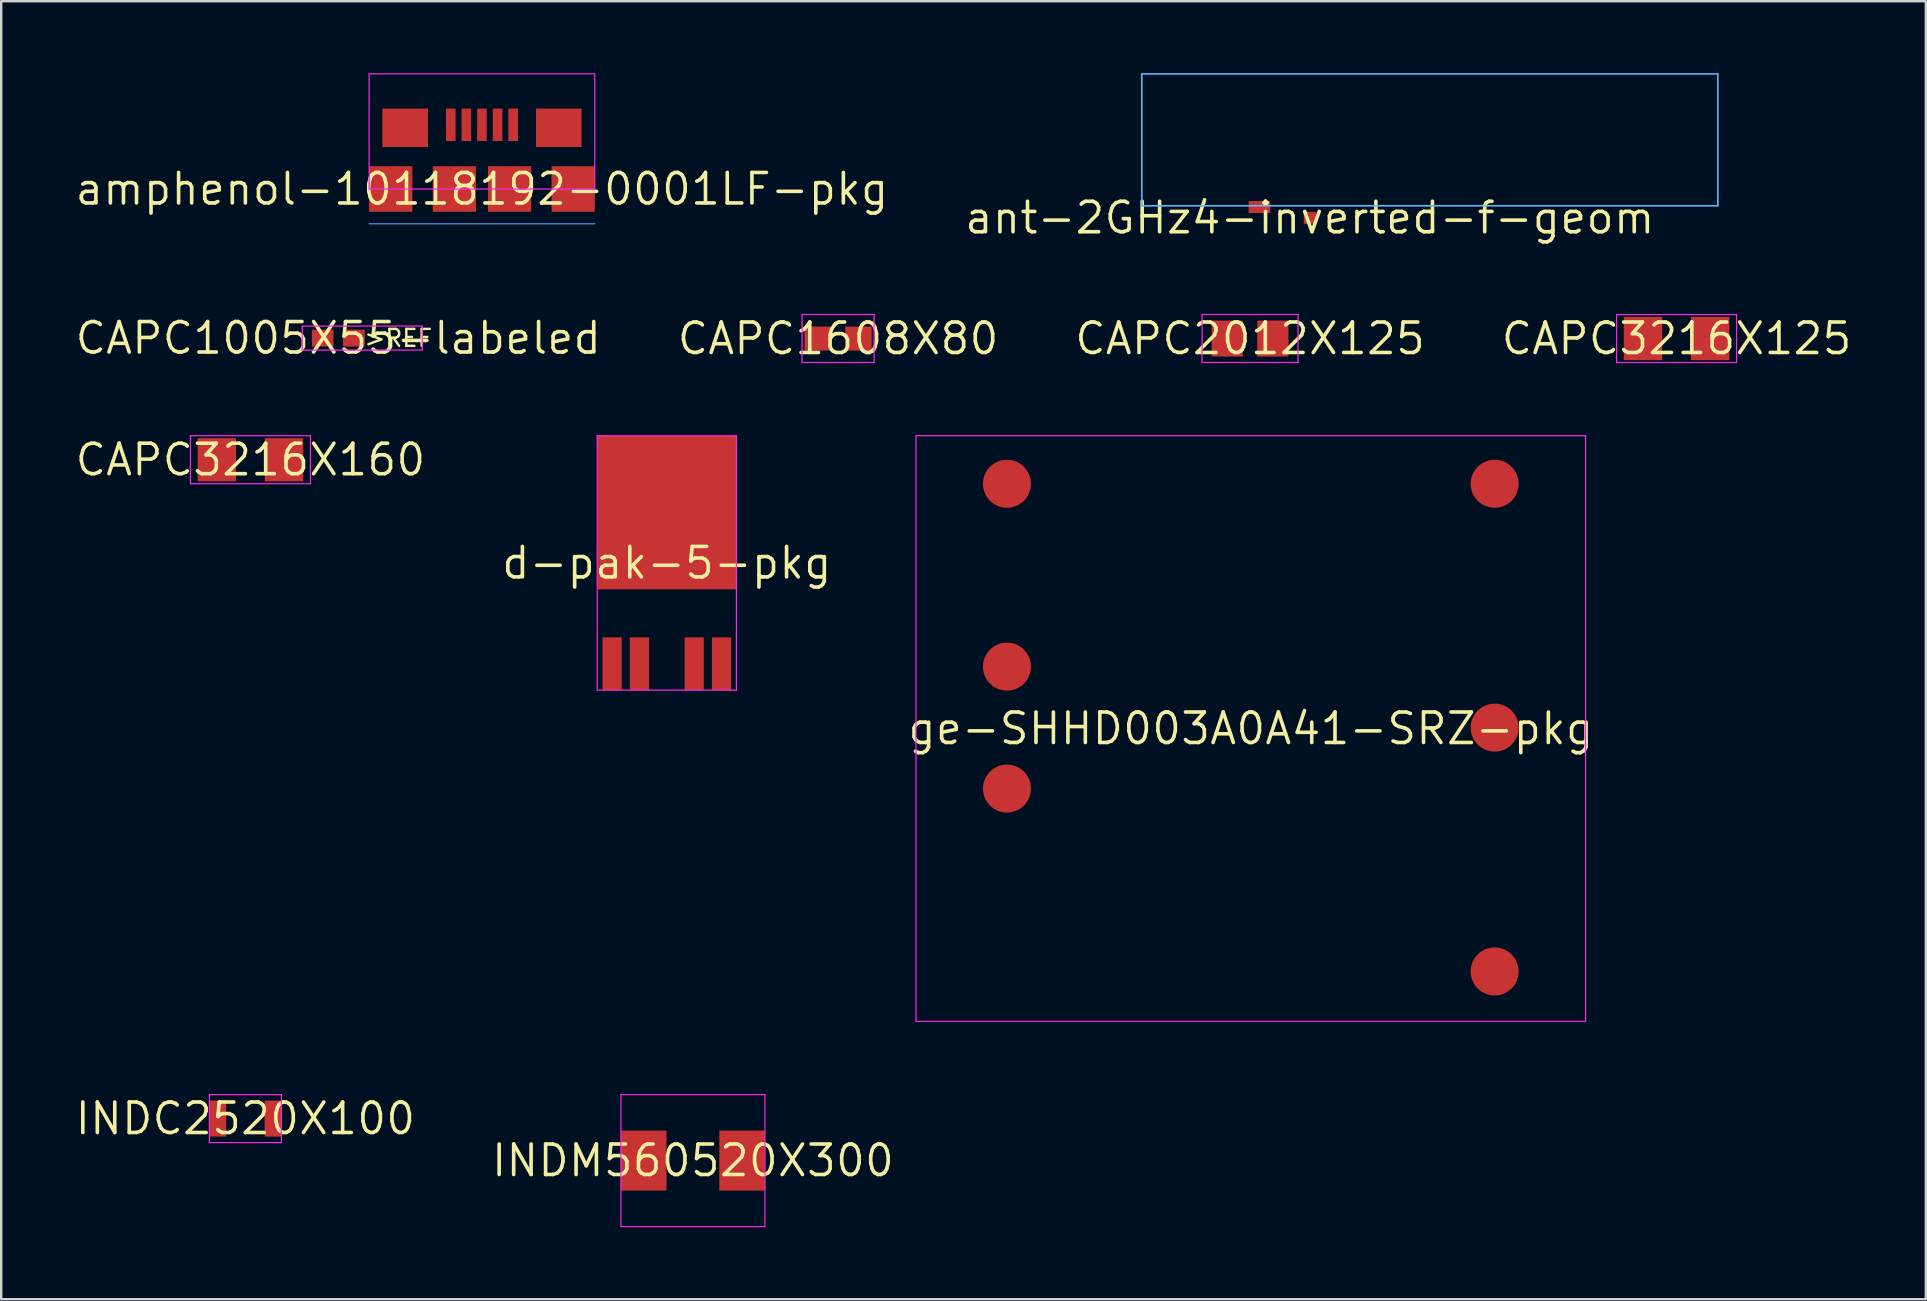
<source format=kicad_pcb>
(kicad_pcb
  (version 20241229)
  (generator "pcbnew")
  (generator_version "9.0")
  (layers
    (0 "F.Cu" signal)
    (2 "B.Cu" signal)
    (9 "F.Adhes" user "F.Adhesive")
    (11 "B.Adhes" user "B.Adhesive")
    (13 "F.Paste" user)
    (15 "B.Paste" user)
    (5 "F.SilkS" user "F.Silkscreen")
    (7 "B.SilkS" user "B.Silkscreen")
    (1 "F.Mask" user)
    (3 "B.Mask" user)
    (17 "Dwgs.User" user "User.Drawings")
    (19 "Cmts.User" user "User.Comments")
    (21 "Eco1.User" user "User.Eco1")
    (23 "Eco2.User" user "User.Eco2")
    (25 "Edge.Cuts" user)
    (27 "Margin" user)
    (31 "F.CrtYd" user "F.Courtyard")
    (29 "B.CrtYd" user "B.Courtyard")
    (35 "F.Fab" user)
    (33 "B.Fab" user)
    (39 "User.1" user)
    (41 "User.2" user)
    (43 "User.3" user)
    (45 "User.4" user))
  (footprint "CAPC2012X125"
    (layer "F.Cu")
    (at 49.035 11.056)
    (property "Reference" "CAPC2012X125" (at 0 0 0) (layer "F.SilkS") (effects (font (size 1.27 1.27) (thickness 0.15))))
    (attr through_hole)
    (fp_line (start -2 -1) (end -2 1) (stroke (width 0.05) (type solid)) (layer "F.CrtYd"))
    (fp_line (start -2 1) (end 2 1) (stroke (width 0.05) (type solid)) (layer "F.CrtYd"))
    (fp_line (start 2 -1) (end -2 -1) (stroke (width 0.05) (type solid)) (layer "F.CrtYd"))
    (fp_line (start 2 1) (end 2 -1) (stroke (width 0.05) (type solid)) (layer "F.CrtYd"))
    (pad "0" smd rect (at -0.95 0) (size 1.3 1.5) (layers "F.Cu" "F.Mask" "F.Paste"))
    (pad "1" smd rect (at 0.95 0) (size 1.3 1.5) (layers "F.Cu" "F.Mask" "F.Paste")))
  (footprint "CAPC3216X125"
    (layer "F.Cu")
    (at 66.806 11.056)
    (property "Reference" "CAPC3216X125" (at 0 0 0) (layer "F.SilkS") (effects (font (size 1.27 1.27) (thickness 0.15))))
    (attr through_hole)
    (fp_line (start -2.5 -1) (end -2.5 1) (stroke (width 0.05) (type solid)) (layer "F.CrtYd"))
    (fp_line (start -2.5 1) (end 2.5 1) (stroke (width 0.05) (type solid)) (layer "F.CrtYd"))
    (fp_line (start 2.5 -1) (end -2.5 -1) (stroke (width 0.05) (type solid)) (layer "F.CrtYd"))
    (fp_line (start 2.5 1) (end 2.5 -1) (stroke (width 0.05) (type solid)) (layer "F.CrtYd"))
    (pad "0" smd rect (at -1.4 0) (size 1.6 1.8) (layers "F.Cu" "F.Mask" "F.Paste"))
    (pad "1" smd rect (at 1.4 0) (size 1.6 1.8) (layers "F.Cu" "F.Mask" "F.Paste")))
  (footprint "d-pak-5-pkg"
    (layer "F.Cu")
    (at 24.733 20.406)
    (property "Reference" "d-pak-5-pkg" (at 0 0 0) (layer "F.SilkS") (effects (font (size 1.27 1.27) (thickness 0.15))))
    (attr through_hole)
    (fp_line (start -2.9 -5.3) (end -2.9 5.3) (stroke (width 0.05) (type solid)) (layer "F.CrtYd"))
    (fp_line (start -2.9 5.3) (end 2.9 5.3) (stroke (width 0.05) (type solid)) (layer "F.CrtYd"))
    (fp_line (start 2.9 -5.3) (end -2.9 -5.3) (stroke (width 0.05) (type solid)) (layer "F.CrtYd"))
    (fp_line (start 2.9 5.3) (end 2.9 -5.3) (stroke (width 0.05) (type solid)) (layer "F.CrtYd"))
    (pad "0" smd rect (at -2.28 4.2) (size 0.8 2.2) (layers "F.Cu" "F.Mask" "F.Paste"))
    (pad "1" smd rect (at -1.14 4.2) (size 0.8 2.2) (layers "F.Cu" "F.Mask" "F.Paste"))
    (pad "2" smd rect (at 0 -2.1) (size 5.8 6.4) (layers "F.Cu" "F.Mask" "F.Paste"))
    (pad "3" smd rect (at 1.14 4.2) (size 0.8 2.2) (layers "F.Cu" "F.Mask" "F.Paste"))
    (pad "4" smd rect (at 2.28 4.2) (size 0.8 2.2) (layers "F.Cu" "F.Mask" "F.Paste")))
  (footprint "CAPC1608X80"
    (layer "F.Cu")
    (at 31.869 11.056)
    (property "Reference" "CAPC1608X80" (at 0 0 0) (layer "F.SilkS") (effects (font (size 1.27 1.27) (thickness 0.15))))
    (attr through_hole)
    (fp_line (start -1.5 -1) (end -1.5 1) (stroke (width 0.05) (type solid)) (layer "F.CrtYd"))
    (fp_line (start -1.5 1) (end 1.5 1) (stroke (width 0.05) (type solid)) (layer "F.CrtYd"))
    (fp_line (start 1.5 -1) (end -1.5 -1) (stroke (width 0.05) (type solid)) (layer "F.CrtYd"))
    (fp_line (start 1.5 1) (end 1.5 -1) (stroke (width 0.05) (type solid)) (layer "F.CrtYd"))
    (pad "0" smd rect (at -0.85 0) (size 1.1 1) (layers "F.Cu" "F.Mask" "F.Paste"))
    (pad "1" smd rect (at 0.85 0) (size 1.1 1) (layers "F.Cu" "F.Mask" "F.Paste")))
  (footprint "CAPC1005X55-labeled"
    (layer "F.Cu")
    (at 11.044 11.037)
    (property "Reference" "CAPC1005X55-labeled" (at 0 0 0) (layer "F.SilkS") (effects (font (size 1.27 1.27) (thickness 0.15))))
    (attr through_hole)
    (fp_line (start -1.5 -0.5) (end -1.5 0.5) (stroke (width 0.05) (type solid)) (layer "F.CrtYd"))
    (fp_line (start -1.5 0.5) (end 3.5 0.5) (stroke (width 0.05) (type solid)) (layer "F.CrtYd"))
    (fp_line (start 3.5 -0.5) (end -1.5 -0.5) (stroke (width 0.05) (type solid)) (layer "F.CrtYd"))
    (fp_line (start 3.5 0.5) (end 3.5 -0.5) (stroke (width 0.05) (type solid)) (layer "F.CrtYd"))
    (fp_text user ">REF" (at 2.5 0 0) (layer "F.SilkS") (effects (font (size 0.706 0.706) (thickness 0.1))))
    (pad "0" smd rect (at -0.65 0) (size 0.9 0.7) (layers "F.Cu" "F.Mask" "F.Paste"))
    (pad "1" smd rect (at 0.65 0) (size 0.9 0.7) (layers "F.Cu" "F.Mask" "F.Paste")))
  (footprint "INDM560520X300"
    (layer "F.Cu")
    (at 25.821 45.306)
    (property "Reference" "INDM560520X300" (at 0 0 0) (layer "F.SilkS") (effects (font (size 1.27 1.27) (thickness 0.15))))
    (attr through_hole)
    (fp_line (start -3 -2.75) (end -3 2.75) (stroke (width 0.05) (type solid)) (layer "F.CrtYd"))
    (fp_line (start -3 2.75) (end 3 2.75) (stroke (width 0.05) (type solid)) (layer "F.CrtYd"))
    (fp_line (start 3 -2.75) (end -3 -2.75) (stroke (width 0.05) (type solid)) (layer "F.CrtYd"))
    (fp_line (start 3 2.75) (end 3 -2.75) (stroke (width 0.05) (type solid)) (layer "F.CrtYd"))
    (pad "0" smd rect (at -2.047 0) (size 1.895 2.5) (layers "F.Cu" "F.Mask" "F.Paste"))
    (pad "1" smd rect (at 2.047 0) (size 1.895 2.5) (layers "F.Cu" "F.Mask" "F.Paste")))
  (footprint "CAPC3216X160"
    (layer "F.Cu")
    (at 7.385 16.106)
    (property "Reference" "CAPC3216X160" (at 0 0 0) (layer "F.SilkS") (effects (font (size 1.27 1.27) (thickness 0.15))))
    (attr through_hole)
    (fp_line (start -2.5 -1) (end -2.5 1) (stroke (width 0.05) (type solid)) (layer "F.CrtYd"))
    (fp_line (start -2.5 1) (end 2.5 1) (stroke (width 0.05) (type solid)) (layer "F.CrtYd"))
    (fp_line (start 2.5 -1) (end -2.5 -1) (stroke (width 0.05) (type solid)) (layer "F.CrtYd"))
    (fp_line (start 2.5 1) (end 2.5 -1) (stroke (width 0.05) (type solid)) (layer "F.CrtYd"))
    (pad "0" smd rect (at -1.4 0) (size 1.6 1.8) (layers "F.Cu" "F.Mask" "F.Paste"))
    (pad "1" smd rect (at 1.4 0) (size 1.6 1.8) (layers "F.Cu" "F.Mask" "F.Paste")))
  (footprint "ant-2GHz4-inverted-f-geom"
    (layer "F.Cu")
    (at 51.524 6.025)
    (property "Reference" "ant-2GHz4-inverted-f-geom" (at 0 0 0) (layer "F.SilkS") (effects (font (size 1.27 1.27) (thickness 0.15))))
    (attr through_hole)
    (fp_line (start -7 -6) (end 17 -6) (stroke (width 0.05) (type solid)) (layer "Cmts.User"))
    (fp_line (start -7 -6) (end -7 -0.5) (stroke (width 0.05) (type solid)) (layer "B.CrtYd"))
    (fp_line (start -7 -0.5) (end 17 -0.5) (stroke (width 0.05) (type solid)) (layer "B.CrtYd"))
    (fp_line (start 17 -6) (end -7 -6) (stroke (width 0.05) (type solid)) (layer "B.CrtYd"))
    (fp_line (start 17 -0.5) (end 17 -6) (stroke (width 0.05) (type solid)) (layer "B.CrtYd"))
    (fp_line (start -7 -6) (end -7 -0.5) (stroke (width 0.05) (type solid)) (layer "F.CrtYd"))
    (fp_line (start -7 -0.5) (end 17 -0.5) (stroke (width 0.05) (type solid)) (layer "F.CrtYd"))
    (fp_line (start 17 -6) (end -7 -6) (stroke (width 0.05) (type solid)) (layer "F.CrtYd"))
    (fp_line (start 17 -0.5) (end 17 -6) (stroke (width 0.05) (type solid)) (layer "F.CrtYd"))
    (pad "0" smd rect (at 0 0) (size 0.5 0.5) (layers "F.Cu" "F.Mask" "F.Paste"))
    (pad "1" smd rect (at -2.1 -0.45) (size 0.9 0.5) (layers "F.Cu" "F.Mask" "F.Paste")))
  (footprint "INDC2520X100"
    (layer "F.Cu")
    (at 7.174 43.556)
    (property "Reference" "INDC2520X100" (at 0 0 0) (layer "F.SilkS") (effects (font (size 1.27 1.27) (thickness 0.15))))
    (attr through_hole)
    (fp_line (start -1.5 -1) (end -1.5 1) (stroke (width 0.05) (type solid)) (layer "F.CrtYd"))
    (fp_line (start -1.5 1) (end 1.5 1) (stroke (width 0.05) (type solid)) (layer "F.CrtYd"))
    (fp_line (start 1.5 -1) (end -1.5 -1) (stroke (width 0.05) (type solid)) (layer "F.CrtYd"))
    (fp_line (start 1.5 1) (end 1.5 -1) (stroke (width 0.05) (type solid)) (layer "F.CrtYd"))
    (pad "0" smd rect (at -1.15 0) (size 0.7 1.5) (layers "F.Cu" "F.Mask" "F.Paste"))
    (pad "1" smd rect (at 1.15 0) (size 0.7 1.5) (layers "F.Cu" "F.Mask" "F.Paste")))
  (footprint "ge-SHHD003A0A41-SRZ-pkg"
    (layer "F.Cu")
    (at 49.065 27.306)
    (property "Reference" "ge-SHHD003A0A41-SRZ-pkg" (at 0 0 0) (layer "F.SilkS") (effects (font (size 1.27 1.27) (thickness 0.15))))
    (attr through_hole)
    (fp_line (start -13.95 -12.2) (end -13.95 12.2) (stroke (width 0.05) (type solid)) (layer "F.CrtYd"))
    (fp_line (start -13.95 12.2) (end 13.95 12.2) (stroke (width 0.05) (type solid)) (layer "F.CrtYd"))
    (fp_line (start 13.95 -12.2) (end -13.95 -12.2) (stroke (width 0.05) (type solid)) (layer "F.CrtYd"))
    (fp_line (start 13.95 12.2) (end 13.95 -12.2) (stroke (width 0.05) (type solid)) (layer "F.CrtYd"))
    (pad "0" smd circle (at -10.16 2.5) (size 2 2) (layers "F.Cu" "F.Mask" "F.Paste"))
    (pad "1" smd circle (at -10.16 -2.58) (size 2 2) (layers "F.Cu" "F.Mask" "F.Paste"))
    (pad "2" smd circle (at -10.16 -10.2) (size 2 2) (layers "F.Cu" "F.Mask" "F.Paste"))
    (pad "3" smd circle (at 10.16 -10.2) (size 2 2) (layers "F.Cu" "F.Mask" "F.Paste"))
    (pad "4" smd circle (at 10.16 -0.04) (size 2 2) (layers "F.Cu" "F.Mask" "F.Paste"))
    (pad "5" smd circle (at 10.16 10.12) (size 2 2) (layers "F.Cu" "F.Mask" "F.Paste")))
  (footprint "amphenol-10118192-0001LF-pkg"
    (layer "F.Cu")
    (at 17.031 4.825)
    (property "Reference" "amphenol-10118192-0001LF-pkg" (at 0 0 0) (layer "F.SilkS") (effects (font (size 1.27 1.27) (thickness 0.15))))
    (attr through_hole)
    (fp_line (start -4.7 1.45) (end 4.7 1.45) (stroke (width 0.05) (type solid)) (layer "Cmts.User"))
    (fp_line (start -4.7 -4.8) (end -4.7 0) (stroke (width 0.05) (type solid)) (layer "F.CrtYd"))
    (fp_line (start -4.7 0) (end 4.7 0) (stroke (width 0.05) (type solid)) (layer "F.CrtYd"))
    (fp_line (start 4.7 -4.8) (end -4.7 -4.8) (stroke (width 0.05) (type solid)) (layer "F.CrtYd"))
    (fp_line (start 4.7 0) (end 4.7 -4.8) (stroke (width 0.05) (type solid)) (layer "F.CrtYd"))
    (pad "0" smd rect (at -1.3 -2.675) (size 0.4 1.35) (layers "F.Cu" "F.Mask" "F.Paste"))
    (pad "1" smd rect (at -0.65 -2.675) (size 0.4 1.35) (layers "F.Cu" "F.Mask" "F.Paste"))
    (pad "2" smd rect (at 0 -2.675) (size 0.4 1.35) (layers "F.Cu" "F.Mask" "F.Paste"))
    (pad "3" smd rect (at 0.65 -2.675) (size 0.4 1.35) (layers "F.Cu" "F.Mask" "F.Paste"))
    (pad "4" smd rect (at 1.3 -2.675) (size 0.4 1.35) (layers "F.Cu" "F.Mask" "F.Paste"))
    (pad "5" smd rect (at -3.2 -2.55) (size 1.9 1.6) (layers "F.Cu" "F.Mask" "F.Paste"))
    (pad "6" smd rect (at 3.2 -2.55) (size 1.9 1.6) (layers "F.Cu" "F.Mask" "F.Paste"))
    (pad "7" smd rect (at -3.8 0) (size 1.8 1.9) (layers "F.Cu" "F.Mask" "F.Paste"))
    (pad "8" smd rect (at 3.8 0) (size 1.8 1.9) (layers "F.Cu" "F.Mask" "F.Paste"))
    (pad "9" smd rect (at -1.15 0) (size 1.8 1.9) (layers "F.Cu" "F.Mask" "F.Paste"))
    (pad "10" smd rect (at 1.15 0) (size 1.8 1.9) (layers "F.Cu" "F.Mask" "F.Paste")))
  (gr_rect
    (start -3 -3)
    (end 77.191 51.081)
    (stroke (width 0.1) (type default))
    (fill no)
    (layer "Edge.Cuts")))
</source>
